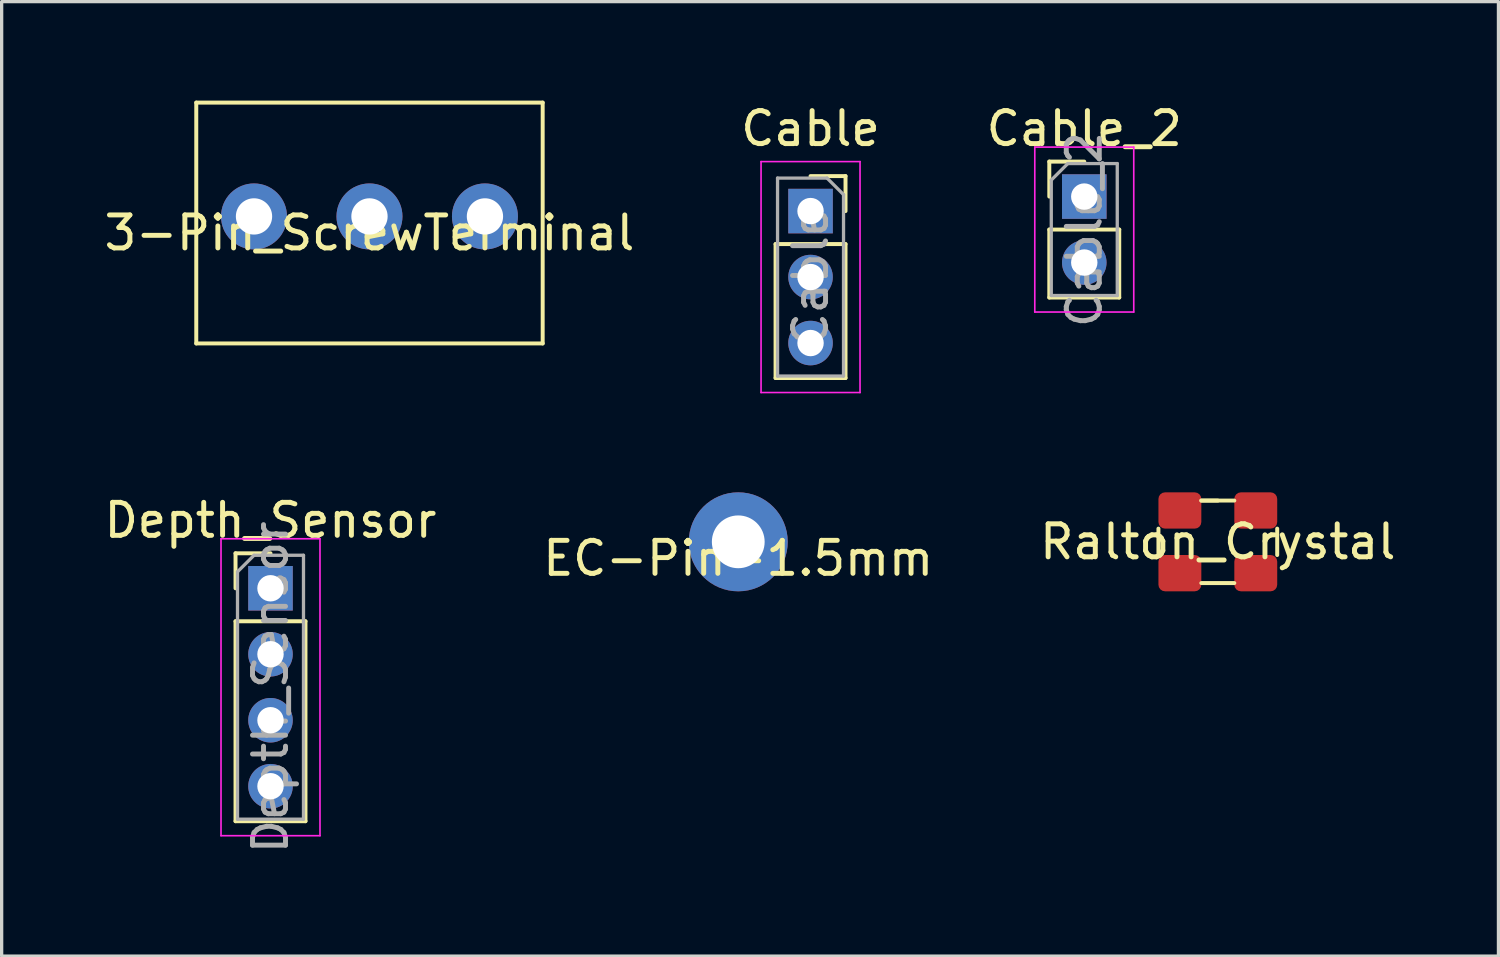
<source format=kicad_pcb>
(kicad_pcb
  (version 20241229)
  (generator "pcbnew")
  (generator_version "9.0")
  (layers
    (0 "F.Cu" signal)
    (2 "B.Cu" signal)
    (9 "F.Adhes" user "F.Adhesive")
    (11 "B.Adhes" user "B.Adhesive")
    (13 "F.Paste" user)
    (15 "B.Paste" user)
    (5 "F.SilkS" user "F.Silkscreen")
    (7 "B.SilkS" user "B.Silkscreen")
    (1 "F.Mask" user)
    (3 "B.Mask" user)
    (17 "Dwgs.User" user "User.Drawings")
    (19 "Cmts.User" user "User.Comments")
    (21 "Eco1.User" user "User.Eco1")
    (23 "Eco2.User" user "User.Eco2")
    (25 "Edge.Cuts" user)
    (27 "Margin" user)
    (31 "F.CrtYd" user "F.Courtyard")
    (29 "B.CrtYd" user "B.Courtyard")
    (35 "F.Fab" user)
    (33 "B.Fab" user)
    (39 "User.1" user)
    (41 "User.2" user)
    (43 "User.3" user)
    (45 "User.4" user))
  (footprint "Ralton_Crystal"
    (layer "F.Cu")
    (at 33.863 13.373)
    (property "Reference" "Ralton_Crystal" (at 0 0 0) (layer "F.SilkS") (effects (font (size 1 1) (thickness 0.15))))
    (attr through_hole)
    (fp_line (start -1.8 0.4) (end -1.8 -0.4) (stroke (width 0.12) (type solid)) (layer "F.SilkS"))
    (fp_line (start -0.5 -1.25) (end 0.5 -1.25) (stroke (width 0.12) (type solid)) (layer "F.SilkS"))
    (fp_line (start 0 -1.25) (end -0.5 -1.25) (stroke (width 0.12) (type solid)) (layer "F.SilkS"))
    (fp_line (start 0.5 1.25) (end -0.5 1.25) (stroke (width 0.12) (type solid)) (layer "F.SilkS"))
    (fp_line (start 1.8 -0.4) (end 1.8 0.4) (stroke (width 0.12) (type solid)) (layer "F.SilkS"))
    (pad "1" smd roundrect (at 1.15 -0.95) (size 1.3 1.1) (layers "F.Cu" "F.Mask" "F.Paste") (roundrect_rratio 0.182))
    (pad "2" smd roundrect (at 1.15 0.95) (size 1.3 1.1) (layers "F.Cu" "F.Mask" "F.Paste") (roundrect_rratio 0.182))
    (pad "3" smd roundrect (at -1.15 -0.95) (size 1.3 1.1) (layers "F.Cu" "F.Mask" "F.Paste") (roundrect_rratio 0.182))
    (pad "4" smd roundrect (at -1.15 0.95) (size 1.3 1.1) (layers "F.Cu" "F.Mask" "F.Paste") (roundrect_rratio 0.182)))
  (footprint "EC-Pin-1.5mm"
    (layer "F.Cu")
    (at 19.327 13.373)
    (property "Reference" "EC-Pin-1.5mm" (at 0 0.5 0) (layer "F.SilkS") (effects (font (size 1 1) (thickness 0.15))))
    (attr through_hole)
    (pad "1" thru_hole circle (at 0 0) (size 3 3) (drill 1.6) (layers "*.Cu" "*.Mask")))
  (footprint "Depth_Sensor"
    (layer "F.Cu")
    (at 5.149 14.781)
    (property "Reference" "Depth_Sensor" (at 0 -2.06 0) (layer "F.SilkS") (effects (font (size 1 1) (thickness 0.15))))
    (attr through_hole)
    (fp_line (start -1.06 -1.06) (end 0 -1.06) (stroke (width 0.12) (type solid)) (layer "F.SilkS"))
    (fp_line (start -1.06 0) (end -1.06 -1.06) (stroke (width 0.12) (type solid)) (layer "F.SilkS"))
    (fp_line (start -1.06 1) (end -1.06 7.06) (stroke (width 0.12) (type solid)) (layer "F.SilkS"))
    (fp_line (start -1.06 1) (end 1.06 1) (stroke (width 0.12) (type solid)) (layer "F.SilkS"))
    (fp_line (start -1.06 7.06) (end 1.06 7.06) (stroke (width 0.12) (type solid)) (layer "F.SilkS"))
    (fp_line (start 1.06 1) (end 1.06 7.06) (stroke (width 0.12) (type solid)) (layer "F.SilkS"))
    (fp_line (start -1.5 -1.5) (end -1.5 7.5) (stroke (width 0.05) (type solid)) (layer "F.CrtYd"))
    (fp_line (start -1.5 7.5) (end 1.5 7.5) (stroke (width 0.05) (type solid)) (layer "F.CrtYd"))
    (fp_line (start 1.5 -1.5) (end -1.5 -1.5) (stroke (width 0.05) (type solid)) (layer "F.CrtYd"))
    (fp_line (start 1.5 7.5) (end 1.5 -1.5) (stroke (width 0.05) (type solid)) (layer "F.CrtYd"))
    (fp_line (start -1 -0.5) (end -0.5 -1) (stroke (width 0.1) (type solid)) (layer "F.Fab"))
    (fp_line (start -1 7) (end -1 -0.5) (stroke (width 0.1) (type solid)) (layer "F.Fab"))
    (fp_line (start -0.5 -1) (end 1 -1) (stroke (width 0.1) (type solid)) (layer "F.Fab"))
    (fp_line (start 1 -1) (end 1 7) (stroke (width 0.1) (type solid)) (layer "F.Fab"))
    (fp_line (start 1 7) (end -1 7) (stroke (width 0.1) (type solid)) (layer "F.Fab"))
    (fp_text user "${REFERENCE}" (at 0 3 90) (layer "F.Fab") (effects (font (size 1 1) (thickness 0.15))))
    (pad "1" thru_hole rect (at 0 0) (size 1.35 1.35) (drill 0.8) (layers "*.Cu" "*.Mask"))
    (pad "2" thru_hole oval (at 0 2) (size 1.35 1.35) (drill 0.8) (layers "*.Cu" "*.Mask"))
    (pad "3" thru_hole oval (at 0 4) (size 1.35 1.35) (drill 0.8) (layers "*.Cu" "*.Mask"))
    (pad "4" thru_hole oval (at 0 6) (size 1.35 1.35) (drill 0.8) (layers "*.Cu" "*.Mask")))
  (footprint "Cable"
    (layer "F.Cu")
    (at 21.518 3.348)
    (property "Reference" "Cable" (at 0 -2.5 0) (layer "F.SilkS") (effects (font (size 1 1) (thickness 0.15))))
    (attr through_hole)
    (fp_line (start -1.06 1) (end -1.06 5.06) (stroke (width 0.12) (type solid)) (layer "F.SilkS"))
    (fp_line (start -1.06 1) (end 1.06 1) (stroke (width 0.12) (type solid)) (layer "F.SilkS"))
    (fp_line (start -1.06 5.06) (end 1.06 5.06) (stroke (width 0.12) (type solid)) (layer "F.SilkS"))
    (fp_line (start 0 -1.06) (end 1.06 -1.06) (stroke (width 0.12) (type solid)) (layer "F.SilkS"))
    (fp_line (start 1.06 -1.06) (end 1.06 0) (stroke (width 0.12) (type solid)) (layer "F.SilkS"))
    (fp_line (start 1.06 1) (end 1.06 5.06) (stroke (width 0.12) (type solid)) (layer "F.SilkS"))
    (fp_line (start -1.5 -1.5) (end 1.5 -1.5) (stroke (width 0.05) (type solid)) (layer "F.CrtYd"))
    (fp_line (start -1.5 5.5) (end -1.5 -1.5) (stroke (width 0.05) (type solid)) (layer "F.CrtYd"))
    (fp_line (start 1.5 -1.5) (end 1.5 5.5) (stroke (width 0.05) (type solid)) (layer "F.CrtYd"))
    (fp_line (start 1.5 5.5) (end -1.5 5.5) (stroke (width 0.05) (type solid)) (layer "F.CrtYd"))
    (fp_line (start -1 -1) (end 0.5 -1) (stroke (width 0.1) (type solid)) (layer "F.Fab"))
    (fp_line (start -1 5) (end -1 -1) (stroke (width 0.1) (type solid)) (layer "F.Fab"))
    (fp_line (start 0.5 -1) (end 1 -0.5) (stroke (width 0.1) (type solid)) (layer "F.Fab"))
    (fp_line (start 1 -0.5) (end 1 5) (stroke (width 0.1) (type solid)) (layer "F.Fab"))
    (fp_line (start 1 5) (end -1 5) (stroke (width 0.1) (type solid)) (layer "F.Fab"))
    (fp_text user "${REFERENCE}" (at 0 2 90) (layer "F.Fab") (effects (font (size 1 1) (thickness 0.15))))
    (pad "1" thru_hole rect (at 0 0) (size 1.35 1.35) (drill 0.8) (layers "*.Cu" "*.Mask"))
    (pad "2" thru_hole oval (at 0 2) (size 1.35 1.35) (drill 0.8) (layers "*.Cu" "*.Mask"))
    (pad "3" thru_hole oval (at 0 4) (size 1.35 1.35) (drill 0.8) (layers "*.Cu" "*.Mask")))
  (footprint "Cable_2"
    (layer "F.Cu")
    (at 29.815 2.908)
    (property "Reference" "Cable_2" (at 0 -2.06 0) (layer "F.SilkS") (effects (font (size 1 1) (thickness 0.15))))
    (attr through_hole)
    (fp_line (start -1.06 -1.06) (end 0 -1.06) (stroke (width 0.12) (type solid)) (layer "F.SilkS"))
    (fp_line (start -1.06 0) (end -1.06 -1.06) (stroke (width 0.12) (type solid)) (layer "F.SilkS"))
    (fp_line (start -1.06 1) (end -1.06 3.06) (stroke (width 0.12) (type solid)) (layer "F.SilkS"))
    (fp_line (start -1.06 1) (end 1.06 1) (stroke (width 0.12) (type solid)) (layer "F.SilkS"))
    (fp_line (start -1.06 3.06) (end 1.06 3.06) (stroke (width 0.12) (type solid)) (layer "F.SilkS"))
    (fp_line (start 1.06 1) (end 1.06 3.06) (stroke (width 0.12) (type solid)) (layer "F.SilkS"))
    (fp_line (start -1.5 -1.5) (end -1.5 3.5) (stroke (width 0.05) (type solid)) (layer "F.CrtYd"))
    (fp_line (start -1.5 3.5) (end 1.5 3.5) (stroke (width 0.05) (type solid)) (layer "F.CrtYd"))
    (fp_line (start 1.5 -1.5) (end -1.5 -1.5) (stroke (width 0.05) (type solid)) (layer "F.CrtYd"))
    (fp_line (start 1.5 3.5) (end 1.5 -1.5) (stroke (width 0.05) (type solid)) (layer "F.CrtYd"))
    (fp_line (start -1 -0.5) (end -0.5 -1) (stroke (width 0.1) (type solid)) (layer "F.Fab"))
    (fp_line (start -1 3) (end -1 -0.5) (stroke (width 0.1) (type solid)) (layer "F.Fab"))
    (fp_line (start -0.5 -1) (end 1 -1) (stroke (width 0.1) (type solid)) (layer "F.Fab"))
    (fp_line (start 1 -1) (end 1 3) (stroke (width 0.1) (type solid)) (layer "F.Fab"))
    (fp_line (start 1 3) (end -1 3) (stroke (width 0.1) (type solid)) (layer "F.Fab"))
    (fp_text user "${REFERENCE}" (at 0 1 90) (layer "F.Fab") (effects (font (size 1 1) (thickness 0.15))))
    (pad "1" thru_hole rect (at 0 0) (size 1.35 1.35) (drill 0.8) (layers "*.Cu" "*.Mask"))
    (pad "2" thru_hole oval (at 0 2) (size 1.35 1.35) (drill 0.8) (layers "*.Cu" "*.Mask")))
  (footprint "3-Pin_ScrewTerminal"
    (layer "F.Cu")
    (at 8.149 3.51)
    (property "Reference" "3-Pin_ScrewTerminal" (at 0 0.5 0) (layer "F.SilkS") (effects (font (size 1 1) (thickness 0.15))))
    (attr through_hole)
    (fp_line (start -5.25 -3.45) (end 5.25 -3.45) (stroke (width 0.12) (type solid)) (layer "F.SilkS"))
    (fp_line (start -5.25 3.85) (end -5.25 -3.45) (stroke (width 0.12) (type solid)) (layer "F.SilkS"))
    (fp_line (start 5.25 -3.45) (end 5.25 3.85) (stroke (width 0.12) (type solid)) (layer "F.SilkS"))
    (fp_line (start 5.25 3.85) (end -5.25 3.85) (stroke (width 0.12) (type solid)) (layer "F.SilkS"))
    (pad "1" thru_hole circle (at -3.5 0) (size 2 2) (drill 1.1) (layers "*.Cu" "*.Mask"))
    (pad "2" thru_hole circle (at 0 0) (size 2 2) (drill 1.1) (layers "*.Cu" "*.Mask"))
    (pad "3" thru_hole circle (at 3.5 0) (size 2 2) (drill 1.1) (layers "*.Cu" "*.Mask")))
  (gr_rect
    (start -3 -3)
    (end 42.369 25.93)
    (stroke (width 0.1) (type default))
    (fill no)
    (layer "Edge.Cuts")))
</source>
